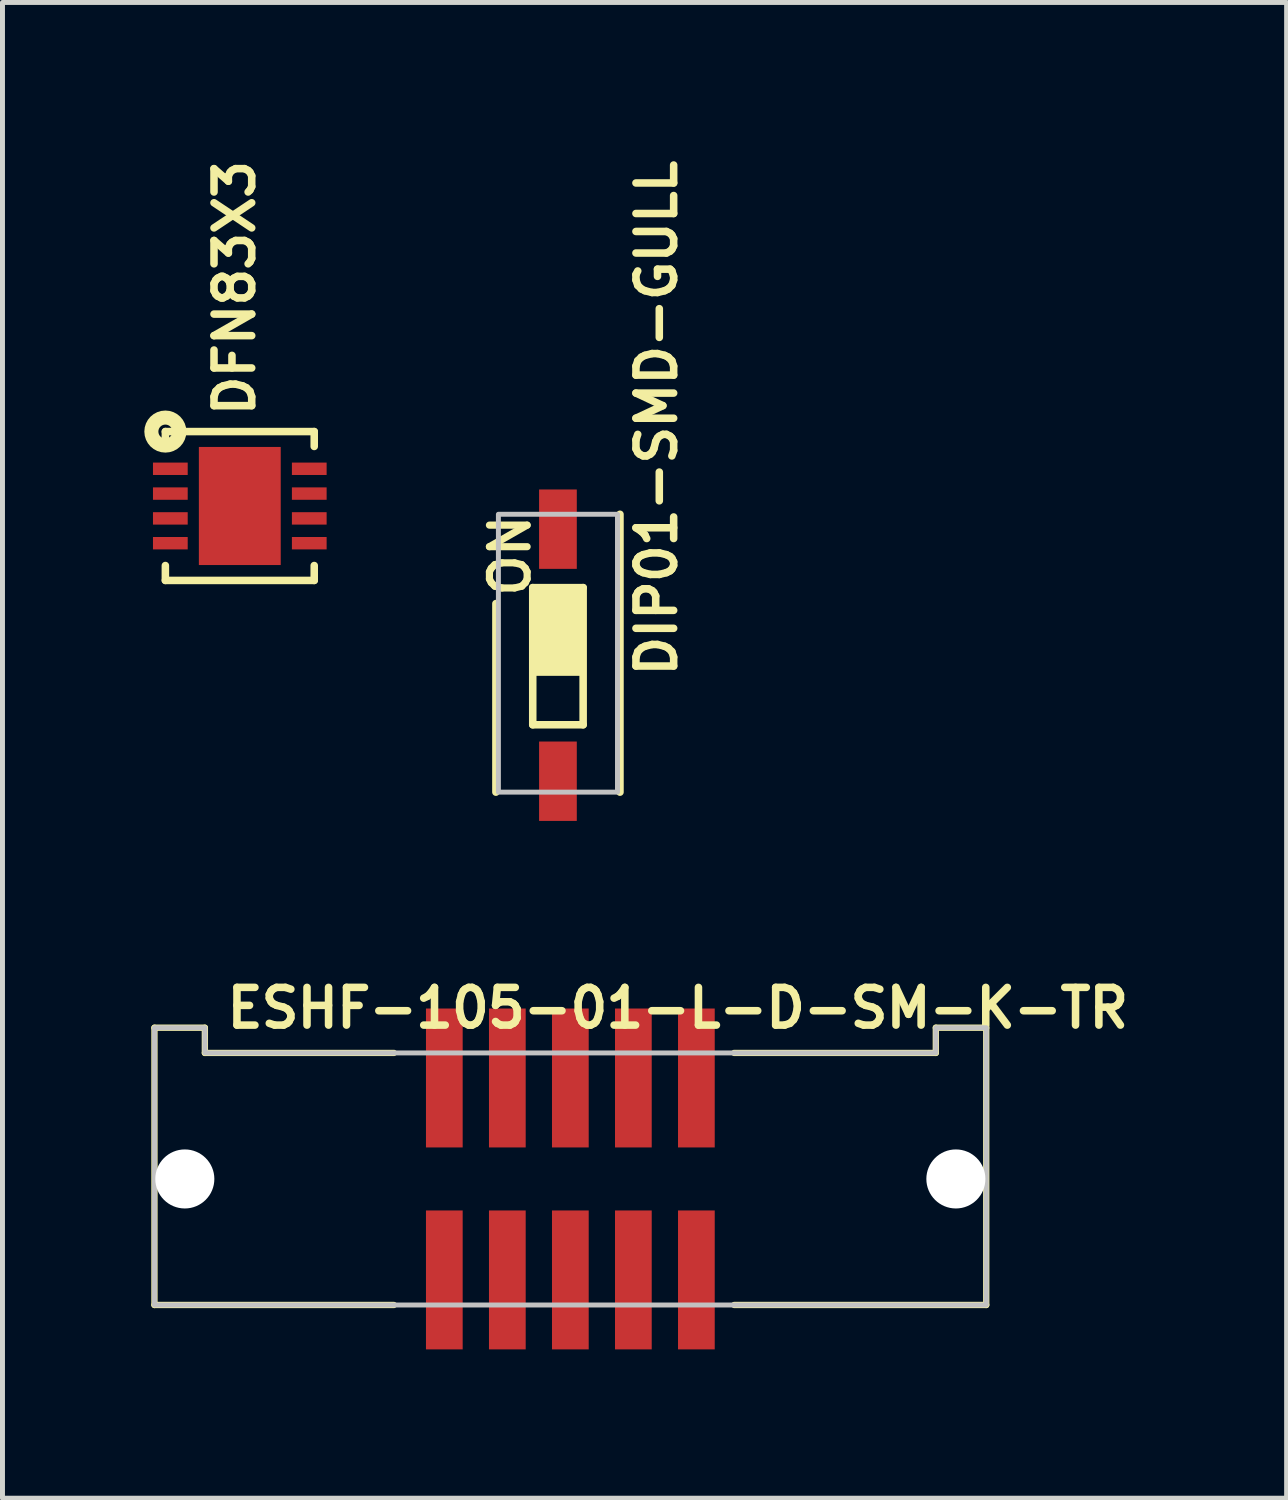
<source format=kicad_pcb>
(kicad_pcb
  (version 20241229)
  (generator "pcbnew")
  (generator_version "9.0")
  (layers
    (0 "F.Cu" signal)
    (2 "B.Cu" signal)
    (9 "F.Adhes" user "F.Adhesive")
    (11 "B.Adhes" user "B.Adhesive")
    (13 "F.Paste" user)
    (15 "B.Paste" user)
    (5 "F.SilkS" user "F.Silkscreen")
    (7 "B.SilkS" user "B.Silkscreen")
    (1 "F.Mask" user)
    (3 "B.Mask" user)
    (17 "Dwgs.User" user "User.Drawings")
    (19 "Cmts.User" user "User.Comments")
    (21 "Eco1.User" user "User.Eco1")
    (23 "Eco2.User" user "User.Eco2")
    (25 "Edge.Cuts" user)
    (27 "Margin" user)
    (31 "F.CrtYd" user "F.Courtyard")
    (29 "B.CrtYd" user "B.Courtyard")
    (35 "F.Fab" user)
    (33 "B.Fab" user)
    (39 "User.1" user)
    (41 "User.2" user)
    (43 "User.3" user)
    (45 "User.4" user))
  (footprint "ESHF-105-01-L-D-SM-K-TR"
    (layer "F.Cu")
    (at 8.445 20.711)
    (property "Reference" "ESHF-105-01-L-D-SM-K-TR" (at -7 -3 0) (layer "F.SilkS") (effects (font (size 0.76 0.76) (thickness 0.152)) (justify left bottom)))
    (attr through_hole)
    (fp_line (start -8.382 -3.048) (end -8.382 2.54) (stroke (width 0.127) (type solid)) (layer "F.SilkS"))
    (fp_line (start -8.382 -3.048) (end -7.366 -3.048) (stroke (width 0.127) (type solid)) (layer "F.SilkS"))
    (fp_line (start -8.382 2.54) (end -3.556 2.54) (stroke (width 0.127) (type solid)) (layer "F.SilkS"))
    (fp_line (start -7.366 -3.048) (end -7.366 -2.54) (stroke (width 0.127) (type solid)) (layer "F.SilkS"))
    (fp_line (start -7.366 -2.54) (end -3.556 -2.54) (stroke (width 0.127) (type solid)) (layer "F.SilkS"))
    (fp_line (start 3.302 -2.54) (end 7.366 -2.54) (stroke (width 0.127) (type solid)) (layer "F.SilkS"))
    (fp_line (start 7.366 -3.048) (end 7.366 -2.54) (stroke (width 0.127) (type solid)) (layer "F.SilkS"))
    (fp_line (start 8.382 -3.048) (end 7.366 -3.048) (stroke (width 0.127) (type solid)) (layer "F.SilkS"))
    (fp_line (start 8.382 -3.048) (end 8.382 2.54) (stroke (width 0.127) (type solid)) (layer "F.SilkS"))
    (fp_line (start 8.382 2.54) (end 3.302 2.54) (stroke (width 0.127) (type solid)) (layer "F.SilkS"))
    (fp_poly (pts (xy -8.382 2.54) (xy -8.382 -3.048) (xy -7.366 -3.048) (xy -7.366 -2.54) (xy 7.366 -2.54) (xy 7.366 -3.048) (xy 8.382 -3.048) (xy 8.382 2.54)) (stroke (width 0.1) (type solid)) (fill no) (layer "Dwgs.User"))
    (pad "" np_thru_hole circle (at -7.77 0) (size 1.19 1.19) (drill 1.19) (layers "*.Cu" "*.Mask"))
    (pad "" np_thru_hole circle (at 7.77 0) (size 1.19 1.19) (drill 1.19) (layers "*.Cu" "*.Mask"))
    (pad "1" smd rect (at -2.54 2.035 90) (size 2.8 0.74) (layers "F.Cu" "F.Mask" "F.Paste"))
    (pad "2" smd rect (at -2.54 -2.035 90) (size 2.8 0.74) (layers "F.Cu" "F.Mask" "F.Paste"))
    (pad "3" smd rect (at -1.27 2.035 90) (size 2.8 0.74) (layers "F.Cu" "F.Mask" "F.Paste"))
    (pad "4" smd rect (at -1.27 -2.035 90) (size 2.8 0.74) (layers "F.Cu" "F.Mask" "F.Paste"))
    (pad "5" smd rect (at 0 2.035 90) (size 2.8 0.74) (layers "F.Cu" "F.Mask" "F.Paste"))
    (pad "6" smd rect (at 0 -2.035 90) (size 2.8 0.74) (layers "F.Cu" "F.Mask" "F.Paste"))
    (pad "7" smd rect (at 1.27 2.035 90) (size 2.8 0.74) (layers "F.Cu" "F.Mask" "F.Paste"))
    (pad "8" smd rect (at 1.27 -2.035 90) (size 2.8 0.74) (layers "F.Cu" "F.Mask" "F.Paste"))
    (pad "9" smd rect (at 2.54 2.035 90) (size 2.8 0.74) (layers "F.Cu" "F.Mask" "F.Paste"))
    (pad "10" smd rect (at 2.54 -2.035 90) (size 2.8 0.74) (layers "F.Cu" "F.Mask" "F.Paste")))
  (footprint "DIP01-SMD-GULL"
    (layer "F.Cu")
    (at 8.195 7.615)
    (property "Reference" "DIP01-SMD-GULL" (at 2.433 3.039 90) (layer "F.SilkS") (effects (font (size 0.76 0.76) (thickness 0.152)) (justify left bottom)))
    (attr through_hole)
    (fp_line (start -1.25 5.3) (end -1.25 1.5) (stroke (width 0.152) (type solid)) (layer "F.SilkS"))
    (fp_line (start -0.508 1.178) (end 0.508 1.178) (stroke (width 0.152) (type solid)) (layer "F.SilkS"))
    (fp_line (start -0.508 3.942) (end -0.508 1.178) (stroke (width 0.152) (type solid)) (layer "F.SilkS"))
    (fp_line (start 0.508 1.178) (end 0.508 3.942) (stroke (width 0.152) (type solid)) (layer "F.SilkS"))
    (fp_line (start 0.508 3.942) (end -0.508 3.942) (stroke (width 0.152) (type solid)) (layer "F.SilkS"))
    (fp_line (start 1.25 -0.3) (end 1.25 5.3) (stroke (width 0.152) (type solid)) (layer "F.SilkS"))
    (fp_poly (pts (xy -0.508 2.956) (xy 0.508 2.956) (xy 0.508 1.178) (xy -0.508 1.178)) (stroke (width 0) (type solid)) (fill yes) (layer "F.SilkS"))
    (fp_poly (pts (xy -1.2 5.3) (xy 1.2 5.3) (xy 1.2 -0.3) (xy -1.2 -0.3)) (stroke (width 0.1) (type solid)) (fill no) (layer "Dwgs.User"))
    (fp_text user "ON" (at -0.965 -0.357 90) (layer "F.SilkS") (effects (font (size 0.76 0.76) (thickness 0.144)) (justify right)))
    (pad "1" smd rect (at 0 5.08) (size 0.76 1.6) (layers "F.Cu" "F.Mask" "F.Paste"))
    (pad "2" smd rect (at 0 0) (size 0.76 1.6) (layers "F.Cu" "F.Mask" "F.Paste")))
  (footprint "DFN83X3"
    (layer "F.Cu")
    (at 1.783 7.148)
    (property "Reference" "DFN83X3" (at 0.341 -1.741 90) (layer "F.SilkS") (effects (font (size 0.76 0.76) (thickness 0.152)) (justify left bottom)))
    (attr through_hole)
    (fp_line (start -1.5 -1.5) (end 1.5 -1.5) (stroke (width 0.152) (type solid)) (layer "F.SilkS"))
    (fp_line (start -1.5 -1.2) (end -1.5 -1.5) (stroke (width 0.152) (type solid)) (layer "F.SilkS"))
    (fp_line (start -1.5 1.5) (end -1.5 1.2) (stroke (width 0.152) (type solid)) (layer "F.SilkS"))
    (fp_line (start 1.5 -1.5) (end 1.5 -1.2) (stroke (width 0.152) (type solid)) (layer "F.SilkS"))
    (fp_line (start 1.5 1.2) (end 1.5 1.5) (stroke (width 0.152) (type solid)) (layer "F.SilkS"))
    (fp_line (start 1.5 1.5) (end -1.5 1.5) (stroke (width 0.152) (type solid)) (layer "F.SilkS"))
    (fp_circle (center -1.5 -1.5) (end -1.359 -1.5) (stroke (width 0.283) (type solid)) (fill no) (layer "F.SilkS"))
    (fp_poly (pts (xy -0.7 1) (xy 0.7 1) (xy 0.7 -1) (xy -0.7 -1)) (stroke (width 0) (type solid)) (fill yes) (layer "F.Paste"))
    (pad "1" smd rect (at -1.4 -0.75) (size 0.7 0.25) (layers "F.Cu" "F.Mask" "F.Paste"))
    (pad "2" smd rect (at -1.4 -0.25) (size 0.7 0.25) (layers "F.Cu" "F.Mask" "F.Paste"))
    (pad "3" smd rect (at -1.4 0.25) (size 0.7 0.25) (layers "F.Cu" "F.Mask" "F.Paste"))
    (pad "4" smd rect (at -1.4 0.75) (size 0.7 0.25) (layers "F.Cu" "F.Mask" "F.Paste"))
    (pad "5" smd rect (at 1.4 0.75 180) (size 0.7 0.25) (layers "F.Cu" "F.Mask" "F.Paste"))
    (pad "6" smd rect (at 1.4 0.25 180) (size 0.7 0.25) (layers "F.Cu" "F.Mask" "F.Paste"))
    (pad "7" smd rect (at 1.4 -0.25 180) (size 0.7 0.25) (layers "F.Cu" "F.Mask" "F.Paste"))
    (pad "8" smd rect (at 1.4 -0.75 180) (size 0.7 0.25) (layers "F.Cu" "F.Mask" "F.Paste"))
    (pad "PAD" smd rect (at 0 0) (size 1.65 2.38) (layers "F.Cu" "F.Mask")))
  (gr_rect
    (start -3 -3)
    (end 22.881 27.146)
    (stroke (width 0.1) (type default))
    (fill no)
    (layer "Edge.Cuts")))
</source>
